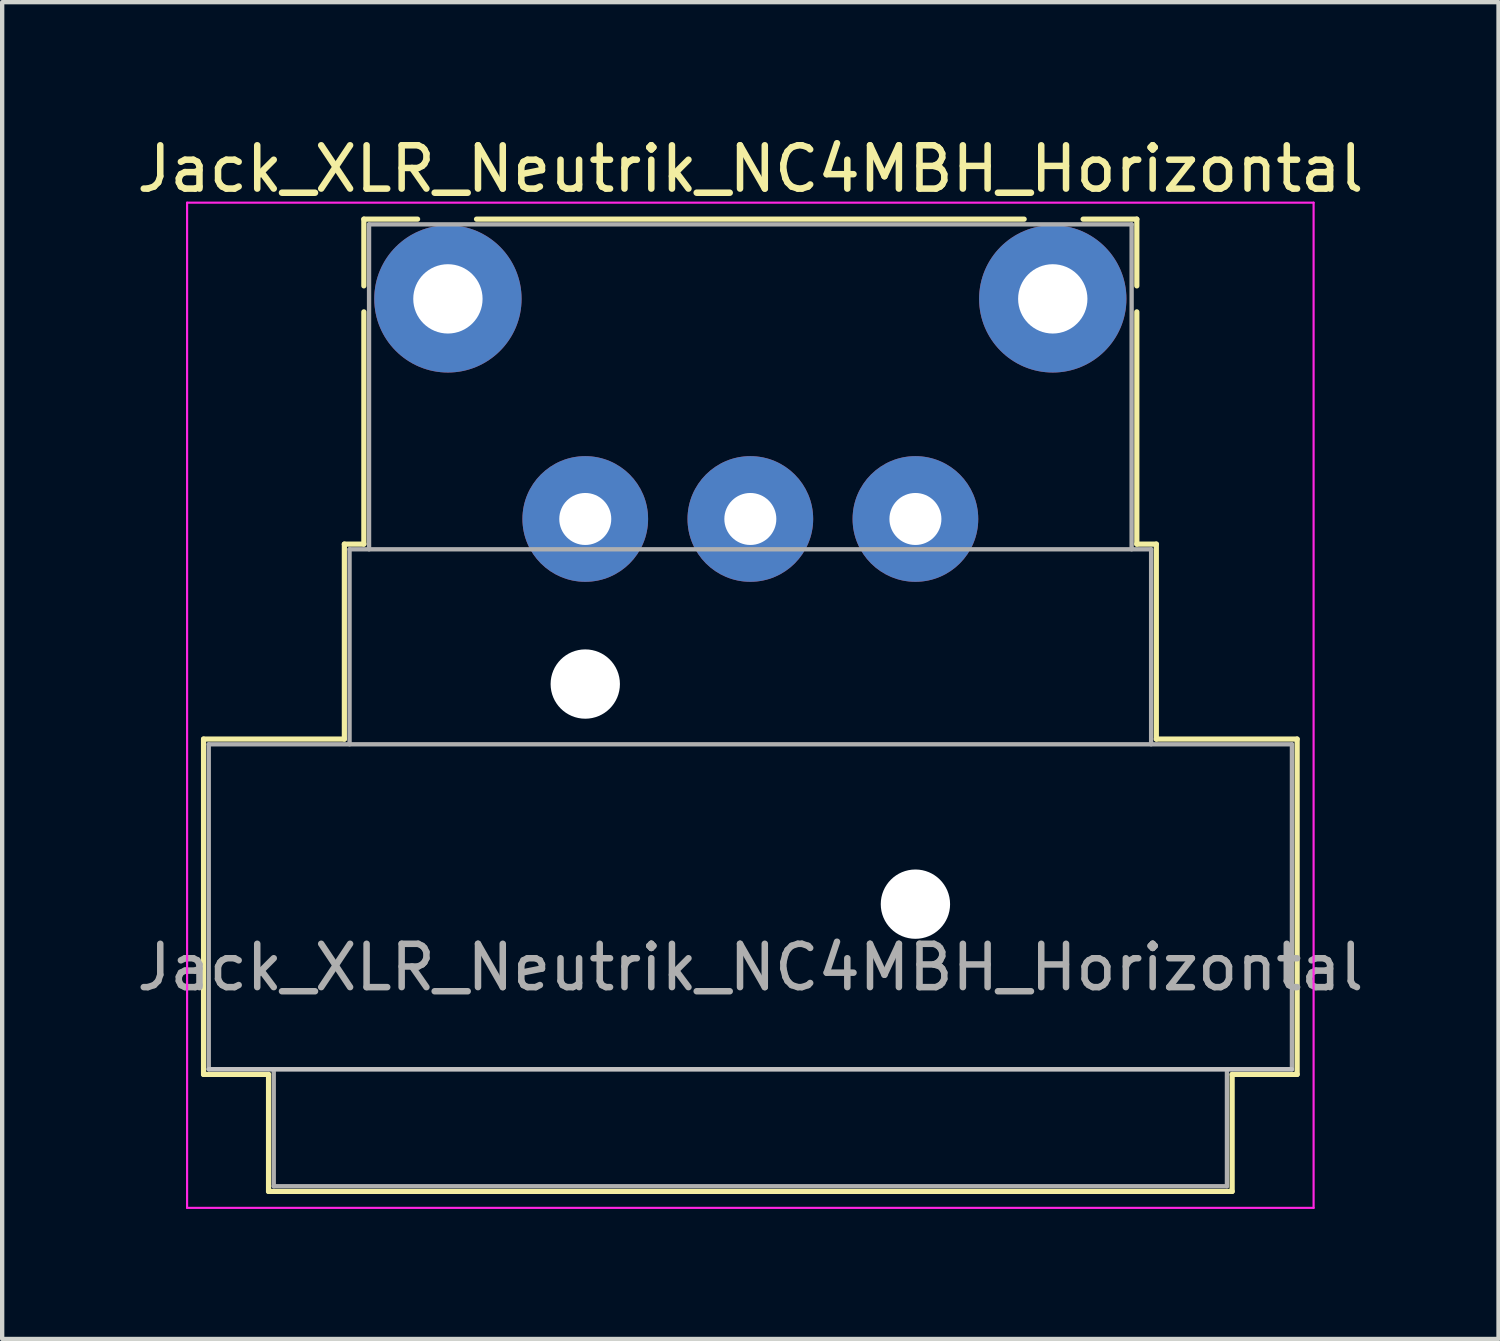
<source format=kicad_pcb>
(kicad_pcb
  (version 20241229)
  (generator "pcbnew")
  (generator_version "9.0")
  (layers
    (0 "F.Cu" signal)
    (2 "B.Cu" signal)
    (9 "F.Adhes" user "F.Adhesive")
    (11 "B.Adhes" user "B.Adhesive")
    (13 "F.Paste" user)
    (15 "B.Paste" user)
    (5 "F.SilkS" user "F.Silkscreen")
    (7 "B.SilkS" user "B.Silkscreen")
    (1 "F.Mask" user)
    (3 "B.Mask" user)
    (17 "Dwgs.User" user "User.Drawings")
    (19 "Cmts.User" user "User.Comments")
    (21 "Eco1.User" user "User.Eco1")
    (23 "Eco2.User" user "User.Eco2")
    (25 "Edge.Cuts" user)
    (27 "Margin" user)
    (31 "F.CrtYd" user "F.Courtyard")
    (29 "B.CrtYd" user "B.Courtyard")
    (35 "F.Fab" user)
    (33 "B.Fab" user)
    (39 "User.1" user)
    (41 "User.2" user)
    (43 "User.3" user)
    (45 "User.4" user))
  (footprint "Jack_XLR_Neutrik_NC4MBH_Horizontal"
    (layer "F.Cu")
    (at 7.288 3.848)
    (property "Reference" "Jack_XLR_Neutrik_NC4MBH_Horizontal" (at 6.98 -3 0) (layer "F.SilkS") (effects (font (size 1 1) (thickness 0.15))))
    (attr through_hole)
    (fp_line (start -5.64 10.16) (end -2.39 10.16) (stroke (width 0.12) (type solid)) (layer "F.SilkS"))
    (fp_line (start -5.64 17.9) (end -5.64 10.16) (stroke (width 0.12) (type solid)) (layer "F.SilkS"))
    (fp_line (start -4.14 17.9) (end -5.64 17.9) (stroke (width 0.12) (type solid)) (layer "F.SilkS"))
    (fp_line (start -4.14 17.9) (end -4.14 20.6) (stroke (width 0.12) (type solid)) (layer "F.SilkS"))
    (fp_line (start -2.39 10.16) (end -2.39 5.66) (stroke (width 0.12) (type solid)) (layer "F.SilkS"))
    (fp_line (start -1.94 -1.84) (end -1.94 -0.3) (stroke (width 0.12) (type solid)) (layer "F.SilkS"))
    (fp_line (start -1.94 -1.84) (end -0.7 -1.84) (stroke (width 0.12) (type solid)) (layer "F.SilkS"))
    (fp_line (start -1.94 5.66) (end -2.39 5.66) (stroke (width 0.12) (type solid)) (layer "F.SilkS"))
    (fp_line (start -1.94 5.66) (end -1.94 0.3) (stroke (width 0.12) (type solid)) (layer "F.SilkS"))
    (fp_line (start 13.3 -1.84) (end 0.66 -1.84) (stroke (width 0.12) (type solid)) (layer "F.SilkS"))
    (fp_line (start 15.9 -1.84) (end 14.66 -1.84) (stroke (width 0.12) (type solid)) (layer "F.SilkS"))
    (fp_line (start 15.9 -1.84) (end 15.9 -0.3) (stroke (width 0.12) (type solid)) (layer "F.SilkS"))
    (fp_line (start 15.9 5.66) (end 15.9 0.3) (stroke (width 0.12) (type solid)) (layer "F.SilkS"))
    (fp_line (start 15.9 5.66) (end 16.35 5.66) (stroke (width 0.12) (type solid)) (layer "F.SilkS"))
    (fp_line (start 16.35 10.16) (end 16.35 5.66) (stroke (width 0.12) (type solid)) (layer "F.SilkS"))
    (fp_line (start 16.35 10.16) (end 19.6 10.16) (stroke (width 0.12) (type solid)) (layer "F.SilkS"))
    (fp_line (start 18.1 17.9) (end 18.1 20.6) (stroke (width 0.12) (type solid)) (layer "F.SilkS"))
    (fp_line (start 18.1 20.6) (end -4.14 20.6) (stroke (width 0.12) (type solid)) (layer "F.SilkS"))
    (fp_line (start 19.6 17.9) (end 18.1 17.9) (stroke (width 0.12) (type solid)) (layer "F.SilkS"))
    (fp_line (start 19.6 17.9) (end 19.6 10.16) (stroke (width 0.12) (type solid)) (layer "F.SilkS"))
    (fp_line (start 19.48 17.78) (end -5.52 17.78) (stroke (width 0.1) (type solid)) (layer "Dwgs.User"))
    (fp_line (start -6.02 20.98) (end -6.02 -2.22) (stroke (width 0.05) (type solid)) (layer "F.CrtYd"))
    (fp_line (start 19.98 -2.22) (end -6.02 -2.22) (stroke (width 0.05) (type solid)) (layer "F.CrtYd"))
    (fp_line (start 19.98 20.98) (end -6.02 20.98) (stroke (width 0.05) (type solid)) (layer "F.CrtYd"))
    (fp_line (start 19.98 20.98) (end 19.98 -2.22) (stroke (width 0.05) (type solid)) (layer "F.CrtYd"))
    (fp_line (start -5.52 10.28) (end 19.48 10.28) (stroke (width 0.1) (type solid)) (layer "F.Fab"))
    (fp_line (start -5.52 17.78) (end -5.52 10.28) (stroke (width 0.1) (type solid)) (layer "F.Fab"))
    (fp_line (start -4.02 20.48) (end -4.02 17.78) (stroke (width 0.1) (type solid)) (layer "F.Fab"))
    (fp_line (start -2.27 5.78) (end -2.27 10.28) (stroke (width 0.1) (type solid)) (layer "F.Fab"))
    (fp_line (start -2.27 5.78) (end 16.23 5.78) (stroke (width 0.1) (type solid)) (layer "F.Fab"))
    (fp_line (start -1.82 5.78) (end -1.82 -1.72) (stroke (width 0.1) (type solid)) (layer "F.Fab"))
    (fp_line (start 15.78 -1.72) (end -1.82 -1.72) (stroke (width 0.1) (type solid)) (layer "F.Fab"))
    (fp_line (start 15.78 5.78) (end 15.78 -1.72) (stroke (width 0.1) (type solid)) (layer "F.Fab"))
    (fp_line (start 16.23 10.28) (end 16.23 5.78) (stroke (width 0.1) (type solid)) (layer "F.Fab"))
    (fp_line (start 17.98 17.78) (end 17.98 20.48) (stroke (width 0.1) (type solid)) (layer "F.Fab"))
    (fp_line (start 17.98 20.48) (end -4.02 20.48) (stroke (width 0.1) (type solid)) (layer "F.Fab"))
    (fp_line (start 19.48 10.28) (end 19.48 17.78) (stroke (width 0.1) (type solid)) (layer "F.Fab"))
    (fp_line (start 19.48 17.78) (end -5.52 17.78) (stroke (width 0.1) (type solid)) (layer "F.Fab"))
    (fp_text user "${REFERENCE}" (at 6.98 15.43 0) (layer "F.Fab") (effects (font (size 1 1) (thickness 0.15))))
    (pad "" np_thru_hole circle (at 3.17 8.89) (size 1.6 1.6) (drill 1.6) (layers "*.Cu" "*.Mask"))
    (pad "" np_thru_hole circle (at 10.79 13.97) (size 1.6 1.6) (drill 1.6) (layers "*.Cu" "*.Mask"))
    (pad "1" thru_hole circle (at 0 0) (size 3.4 3.4) (drill 1.6) (layers "*.Cu" "*.Mask"))
    (pad "2" thru_hole circle (at 3.17 5.08) (size 2.9 2.9) (drill 1.2) (layers "*.Cu" "*.Mask"))
    (pad "3" thru_hole circle (at 10.79 5.08) (size 2.9 2.9) (drill 1.2) (layers "*.Cu" "*.Mask"))
    (pad "4" thru_hole circle (at 13.96 0) (size 3.4 3.4) (drill 1.6) (layers "*.Cu" "*.Mask"))
    (pad "G" thru_hole circle (at 6.98 5.08) (size 2.9 2.9) (drill 1.2) (layers "*.Cu" "*.Mask")))
  (gr_rect
    (start -3 -3)
    (end 31.536 27.853)
    (stroke (width 0.1) (type default))
    (fill no)
    (layer "Edge.Cuts")))
</source>
